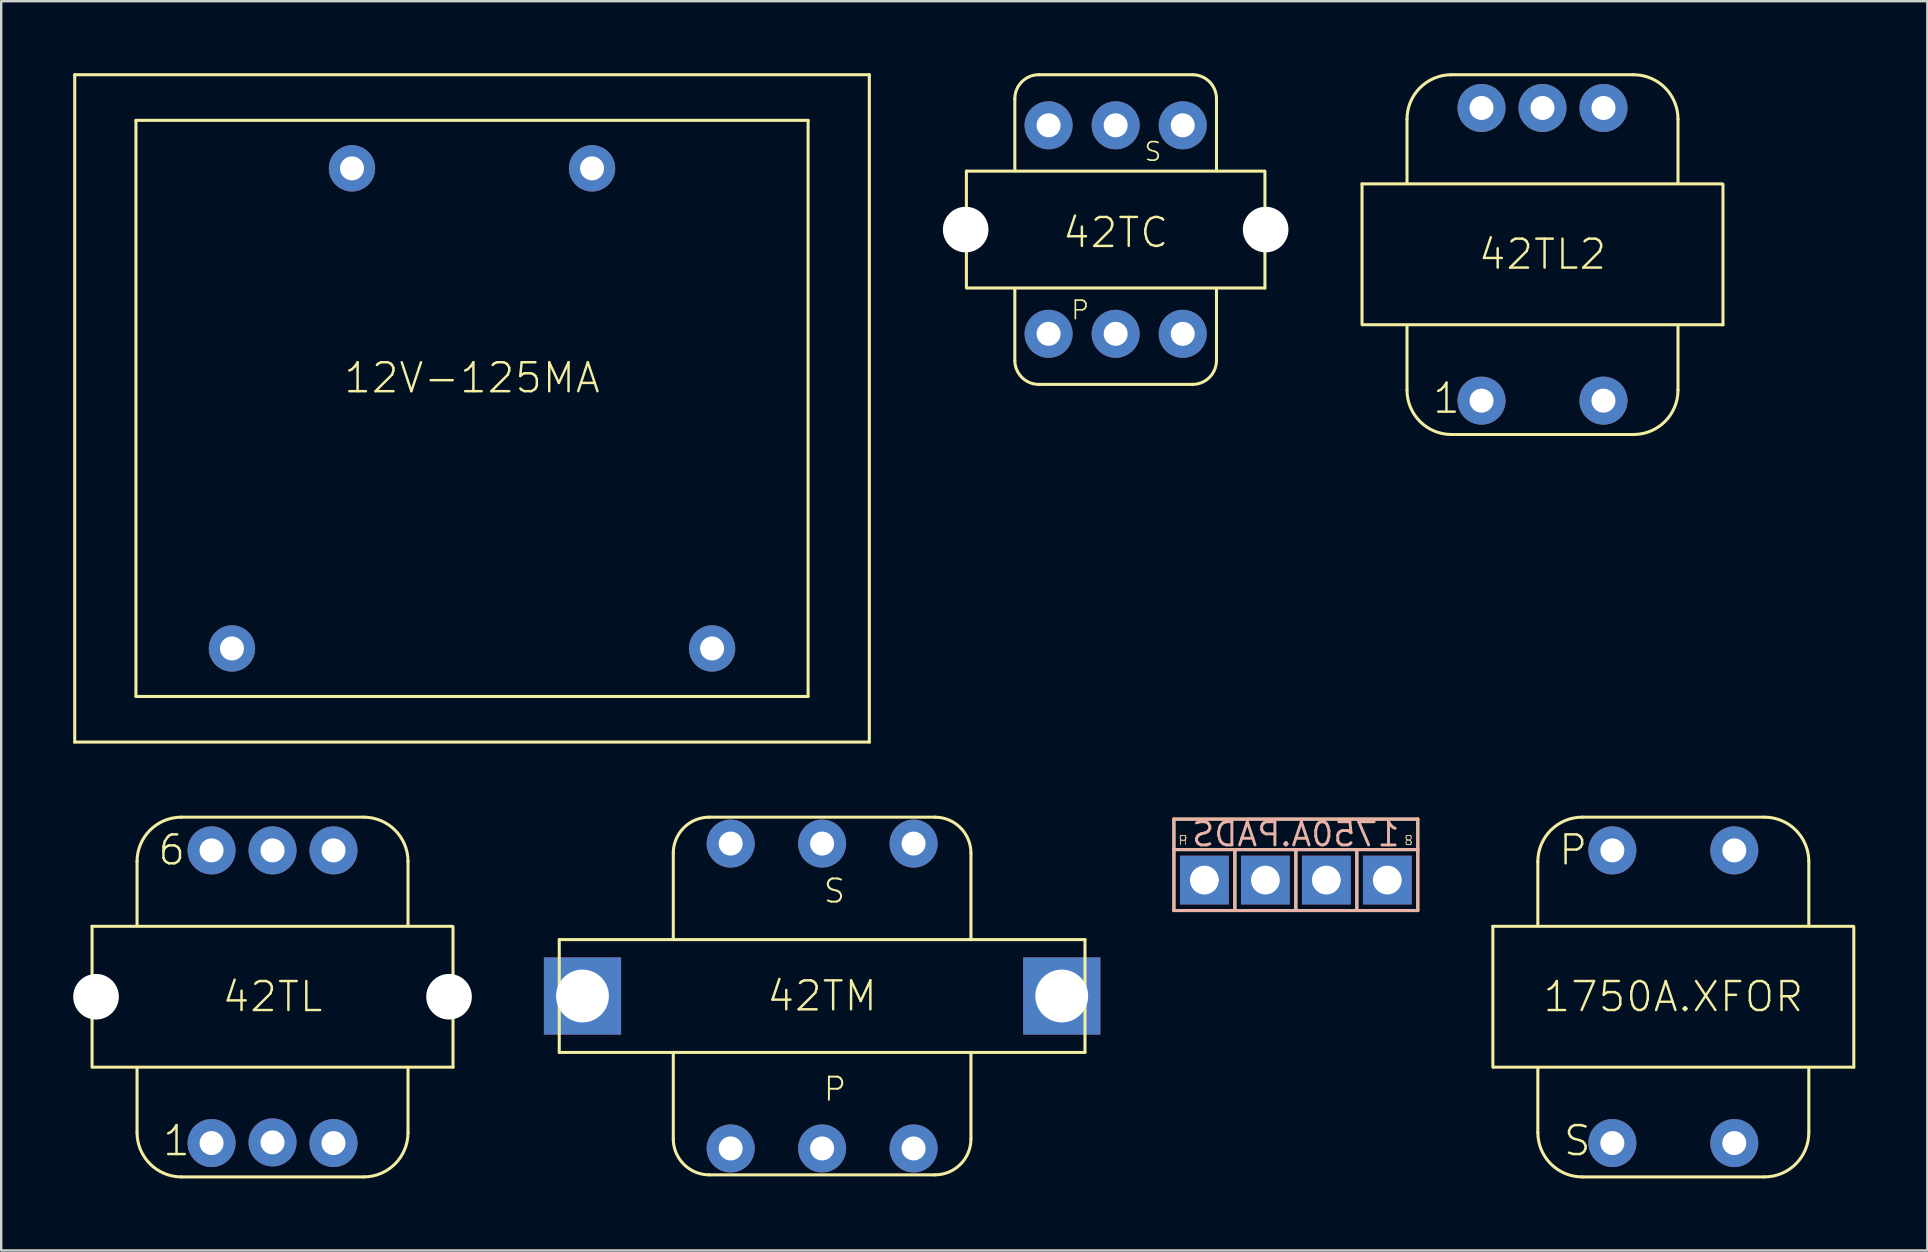
<source format=kicad_pcb>
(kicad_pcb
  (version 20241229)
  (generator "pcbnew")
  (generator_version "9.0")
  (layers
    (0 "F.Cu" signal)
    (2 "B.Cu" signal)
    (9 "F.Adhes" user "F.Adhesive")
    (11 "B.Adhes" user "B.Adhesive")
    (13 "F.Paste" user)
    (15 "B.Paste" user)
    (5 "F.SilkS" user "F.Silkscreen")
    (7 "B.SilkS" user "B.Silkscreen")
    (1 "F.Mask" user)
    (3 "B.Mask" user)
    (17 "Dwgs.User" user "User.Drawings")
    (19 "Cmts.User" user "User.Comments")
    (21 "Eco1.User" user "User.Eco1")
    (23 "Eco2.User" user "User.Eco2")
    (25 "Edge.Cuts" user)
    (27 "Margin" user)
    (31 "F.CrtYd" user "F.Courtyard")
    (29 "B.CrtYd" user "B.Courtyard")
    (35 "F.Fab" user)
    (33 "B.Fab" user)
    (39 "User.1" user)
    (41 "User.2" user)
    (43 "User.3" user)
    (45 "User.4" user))
  (footprint "1750A.XFOR"
    (layer "F.Cu")
    (at 66.656 38.471)
    (property "Reference" "1750A.XFOR" (at 0 0 0) (layer "F.SilkS") (effects (font (size 1.206 1.206) (thickness 0.102))))
    (attr through_hole)
    (fp_line (start -7.518 2.931) (end -7.518 -2.934) (stroke (width 0.127) (type solid)) (layer "F.SilkS"))
    (fp_line (start -7.493 2.934) (end 7.518 2.934) (stroke (width 0.127) (type solid)) (layer "F.SilkS"))
    (fp_line (start -5.644 -2.958) (end -5.644 -5.631) (stroke (width 0.127) (type solid)) (layer "F.SilkS"))
    (fp_line (start -5.644 5.657) (end -5.644 3.01) (stroke (width 0.127) (type solid)) (layer "F.SilkS"))
    (fp_line (start -3.795 7.506) (end 3.795 7.506) (stroke (width 0.127) (type solid)) (layer "F.SilkS"))
    (fp_line (start 3.795 -7.48) (end -3.795 -7.48) (stroke (width 0.127) (type solid)) (layer "F.SilkS"))
    (fp_line (start 5.644 -5.631) (end 5.644 -2.958) (stroke (width 0.127) (type solid)) (layer "F.SilkS"))
    (fp_line (start 5.644 5.657) (end 5.644 3.01) (stroke (width 0.127) (type solid)) (layer "F.SilkS"))
    (fp_line (start 7.493 -2.934) (end -7.518 -2.934) (stroke (width 0.127) (type solid)) (layer "F.SilkS"))
    (fp_line (start 7.518 -2.916) (end 7.518 2.934) (stroke (width 0.127) (type solid)) (layer "F.SilkS"))
    (fp_arc (start -5.6439 -5.6312) (mid -5.102311 -6.938711) (end -3.7948 -7.4803) (stroke (width 0.127) (type solid)) (layer "F.SilkS"))
    (fp_arc (start -3.7947 7.5057) (mid -5.102211 6.964111) (end -5.6438 5.6566) (stroke (width 0.127) (type solid)) (layer "F.SilkS"))
    (fp_arc (start 3.794798 -7.4803) (mid 5.102339 -6.938741) (end 5.6439 -5.6312) (stroke (width 0.127) (type solid)) (layer "F.SilkS"))
    (fp_arc (start 5.6439 5.6566) (mid 5.102311 6.964111) (end 3.7948 7.5057) (stroke (width 0.127) (type solid)) (layer "F.SilkS"))
    (fp_text user "S" (at -4.642 6.706 0) (layer "F.SilkS") (effects (font (size 1.206 1.206) (thickness 0.102)) (justify left bottom)))
    (fp_text user "P" (at -4.842 -5.405 0) (layer "F.SilkS") (effects (font (size 1.206 1.206) (thickness 0.102)) (justify left bottom)))
    (pad "P1" thru_hole oval (at -2.54 -6.096) (size 2 2) (drill 1) (layers "*.Cu" "*.Mask"))
    (pad "P2" thru_hole oval (at 2.54 -6.096) (size 2 2) (drill 1) (layers "*.Cu" "*.Mask"))
    (pad "S1" thru_hole oval (at -2.54 6.096) (size 2 2) (drill 1) (layers "*.Cu" "*.Mask"))
    (pad "S2" thru_hole oval (at 2.54 6.096) (size 2 2) (drill 1) (layers "*.Cu" "*.Mask")))
  (footprint "42TC"
    (layer "F.Cu")
    (at 43.425 6.513)
    (property "Reference" "42TC" (at 0 0.127 0) (layer "F.SilkS") (effects (font (size 1.206 1.206) (thickness 0.102))))
    (attr through_hole)
    (fp_line (start -6.218 2.431) (end -6.218 -2.434) (stroke (width 0.127) (type solid)) (layer "F.SilkS"))
    (fp_line (start -6.193 2.434) (end 6.218 2.434) (stroke (width 0.127) (type solid)) (layer "F.SilkS"))
    (fp_line (start -4.2 -5.45) (end -4.2 -2.45) (stroke (width 0.127) (type solid)) (layer "F.SilkS"))
    (fp_line (start -4.2 2.45) (end -4.2 5.45) (stroke (width 0.127) (type solid)) (layer "F.SilkS"))
    (fp_line (start -3.2 6.45) (end 3.2 6.45) (stroke (width 0.127) (type solid)) (layer "F.SilkS"))
    (fp_line (start 3.2 -6.45) (end -3.2 -6.45) (stroke (width 0.127) (type solid)) (layer "F.SilkS"))
    (fp_line (start 4.2 -2.45) (end 4.2 -5.45) (stroke (width 0.127) (type solid)) (layer "F.SilkS"))
    (fp_line (start 4.2 2.45) (end 4.2 5.45) (stroke (width 0.127) (type solid)) (layer "F.SilkS"))
    (fp_line (start 6.193 -2.434) (end -6.218 -2.434) (stroke (width 0.127) (type solid)) (layer "F.SilkS"))
    (fp_line (start 6.218 -2.431) (end 6.218 2.434) (stroke (width 0.127) (type solid)) (layer "F.SilkS"))
    (fp_arc (start -4.2 -5.45) (mid -3.907107 -6.157107) (end -3.2 -6.45) (stroke (width 0.127) (type solid)) (layer "F.SilkS"))
    (fp_arc (start -3.2 6.45) (mid -3.907107 6.157107) (end -4.2 5.45) (stroke (width 0.127) (type solid)) (layer "F.SilkS"))
    (fp_arc (start 3.2 -6.45) (mid 3.907107 -6.157107) (end 4.2 -5.45) (stroke (width 0.127) (type solid)) (layer "F.SilkS"))
    (fp_arc (start 4.2 5.45) (mid 3.907107 6.157107) (end 3.2 6.45) (stroke (width 0.127) (type solid)) (layer "F.SilkS"))
    (fp_text user "S" (at 1.143 -2.794 0) (layer "F.SilkS") (effects (font (size 0.772 0.772) (thickness 0.065)) (justify left bottom)))
    (fp_text user "P" (at -1.905 3.81 0) (layer "F.SilkS") (effects (font (size 0.772 0.772) (thickness 0.065)) (justify left bottom)))
    (pad "" np_thru_hole oval (at -6.248 0) (size 1.9 1.9) (drill 1.9) (layers "*.Cu"))
    (pad "" np_thru_hole oval (at 6.248 0) (size 1.9 1.9) (drill 1.9) (layers "*.Cu"))
    (pad "1" thru_hole oval (at -2.794 4.343) (size 2 2) (drill 1) (layers "*.Cu" "*.Mask"))
    (pad "2" thru_hole oval (at 0 4.343) (size 2 2) (drill 1) (layers "*.Cu" "*.Mask"))
    (pad "3" thru_hole oval (at 2.794 4.343) (size 2 2) (drill 1) (layers "*.Cu" "*.Mask"))
    (pad "4" thru_hole oval (at 2.794 -4.343 180) (size 2 2) (drill 1) (layers "*.Cu" "*.Mask"))
    (pad "5" thru_hole oval (at 0 -4.343 180) (size 2 2) (drill 1) (layers "*.Cu" "*.Mask"))
    (pad "6" thru_hole oval (at -2.794 -4.343 180) (size 2 2) (drill 1) (layers "*.Cu" "*.Mask")))
  (footprint "42TM"
    (layer "F.Cu")
    (at 31.197 38.441)
    (property "Reference" "42TM" (at 0 0 0) (layer "F.SilkS") (effects (font (size 1.206 1.206) (thickness 0.102))))
    (attr through_hole)
    (fp_line (start -10.95 -2.35) (end -10.95 2.35) (stroke (width 0.127) (type solid)) (layer "F.SilkS"))
    (fp_line (start -10.95 -2.35) (end -6.2 -2.35) (stroke (width 0.127) (type solid)) (layer "F.SilkS"))
    (fp_line (start -6.2 -2.35) (end -6.2 -5.95) (stroke (width 0.127) (type solid)) (layer "F.SilkS"))
    (fp_line (start -6.2 -2.35) (end 6.2 -2.35) (stroke (width 0.127) (type solid)) (layer "F.SilkS"))
    (fp_line (start -6.2 2.35) (end -10.95 2.35) (stroke (width 0.127) (type solid)) (layer "F.SilkS"))
    (fp_line (start -6.2 5.95) (end -6.2 2.35) (stroke (width 0.127) (type solid)) (layer "F.SilkS"))
    (fp_line (start -4.7 -7.45) (end 4.7 -7.45) (stroke (width 0.127) (type solid)) (layer "F.SilkS"))
    (fp_line (start 4.7 7.45) (end -4.7 7.45) (stroke (width 0.127) (type solid)) (layer "F.SilkS"))
    (fp_line (start 6.2 -5.95) (end 6.2 -2.35) (stroke (width 0.127) (type solid)) (layer "F.SilkS"))
    (fp_line (start 6.2 -2.35) (end 10.95 -2.35) (stroke (width 0.127) (type solid)) (layer "F.SilkS"))
    (fp_line (start 6.2 2.35) (end -6.2 2.35) (stroke (width 0.127) (type solid)) (layer "F.SilkS"))
    (fp_line (start 6.2 2.35) (end 6.2 5.95) (stroke (width 0.127) (type solid)) (layer "F.SilkS"))
    (fp_line (start 10.95 2.35) (end 6.2 2.35) (stroke (width 0.127) (type solid)) (layer "F.SilkS"))
    (fp_line (start 10.95 2.35) (end 10.95 -2.35) (stroke (width 0.127) (type solid)) (layer "F.SilkS"))
    (fp_arc (start -6.2 -5.95) (mid -5.76066 -7.01066) (end -4.7 -7.45) (stroke (width 0.127) (type solid)) (layer "F.SilkS"))
    (fp_arc (start -4.7 7.45) (mid -5.76066 7.01066) (end -6.2 5.95) (stroke (width 0.127) (type solid)) (layer "F.SilkS"))
    (fp_arc (start 4.7 -7.45) (mid 5.76066 -7.01066) (end 6.2 -5.95) (stroke (width 0.127) (type solid)) (layer "F.SilkS"))
    (fp_arc (start 6.2 5.95) (mid 5.76066 7.01066) (end 4.7 7.45) (stroke (width 0.127) (type solid)) (layer "F.SilkS"))
    (fp_text user "P" (at 0 4.445 0) (layer "F.SilkS") (effects (font (size 0.965 0.965) (thickness 0.081)) (justify left bottom)))
    (fp_text user "S" (at 0 -3.81 0) (layer "F.SilkS") (effects (font (size 0.965 0.965) (thickness 0.081)) (justify left bottom)))
    (pad "1" thru_hole oval (at -3.81 6.35) (size 2 2) (drill 1) (layers "*.Cu" "*.Mask"))
    (pad "2" thru_hole oval (at 0 6.35) (size 2 2) (drill 1) (layers "*.Cu" "*.Mask"))
    (pad "3" thru_hole oval (at 3.81 6.35) (size 2 2) (drill 1) (layers "*.Cu" "*.Mask"))
    (pad "4" thru_hole oval (at 3.81 -6.35 180) (size 2 2) (drill 1) (layers "*.Cu" "*.Mask"))
    (pad "5" thru_hole oval (at 0 -6.35 180) (size 2 2) (drill 1) (layers "*.Cu" "*.Mask"))
    (pad "6" thru_hole oval (at -3.81 -6.35 180) (size 2 2) (drill 1) (layers "*.Cu" "*.Mask"))
    (pad "P$1" thru_hole rect (at -9.982 0) (size 3.216 3.216) (drill 2.2) (layers "*.Cu" "*.Mask"))
    (pad "P$2" thru_hole rect (at 9.982 0) (size 3.216 3.216) (drill 2.2) (layers "*.Cu" "*.Mask")))
  (footprint "1750A.PADS"
    (layer "F.Cu")
    (at 50.931 33.611)
    (property "Reference" "1750A.PADS" (at 0 -1.905 0) (layer "B.SilkS") (effects (font (size 0.965 0.965) (thickness 0.122)) (justify mirror)))
    (attr through_hole)
    (fp_line (start -5.08 -2.54) (end -5.08 -1.27) (stroke (width 0.127) (type solid)) (layer "F.SilkS"))
    (fp_line (start -5.08 -2.54) (end 5.08 -2.54) (stroke (width 0.127) (type solid)) (layer "F.SilkS"))
    (fp_line (start -5.08 -1.27) (end -2.54 -1.27) (stroke (width 0.127) (type solid)) (layer "F.SilkS"))
    (fp_line (start -5.08 1.27) (end -5.08 -1.27) (stroke (width 0.127) (type solid)) (layer "F.SilkS"))
    (fp_line (start -2.54 -1.27) (end -2.54 1.27) (stroke (width 0.127) (type solid)) (layer "F.SilkS"))
    (fp_line (start -2.54 -1.27) (end 0 -1.27) (stroke (width 0.127) (type solid)) (layer "F.SilkS"))
    (fp_line (start -2.54 1.27) (end -5.08 1.27) (stroke (width 0.127) (type solid)) (layer "F.SilkS"))
    (fp_line (start 0 -1.27) (end 0 1.27) (stroke (width 0.127) (type solid)) (layer "F.SilkS"))
    (fp_line (start 0 -1.27) (end 2.54 -1.27) (stroke (width 0.127) (type solid)) (layer "F.SilkS"))
    (fp_line (start 0 1.27) (end -2.54 1.27) (stroke (width 0.127) (type solid)) (layer "F.SilkS"))
    (fp_line (start 2.54 -1.27) (end 2.54 1.27) (stroke (width 0.127) (type solid)) (layer "F.SilkS"))
    (fp_line (start 2.54 -1.27) (end 5.08 -1.27) (stroke (width 0.127) (type solid)) (layer "F.SilkS"))
    (fp_line (start 2.54 1.27) (end 0 1.27) (stroke (width 0.127) (type solid)) (layer "F.SilkS"))
    (fp_line (start 5.08 -2.54) (end 5.08 -1.27) (stroke (width 0.127) (type solid)) (layer "F.SilkS"))
    (fp_line (start 5.08 -1.27) (end 5.08 1.27) (stroke (width 0.127) (type solid)) (layer "F.SilkS"))
    (fp_line (start 5.08 1.27) (end 2.54 1.27) (stroke (width 0.127) (type solid)) (layer "F.SilkS"))
    (fp_line (start -5.08 -2.54) (end -5.08 -1.27) (stroke (width 0.127) (type solid)) (layer "B.SilkS"))
    (fp_line (start -5.08 -1.27) (end -5.08 1.27) (stroke (width 0.127) (type solid)) (layer "B.SilkS"))
    (fp_line (start -5.08 1.27) (end -2.54 1.27) (stroke (width 0.127) (type solid)) (layer "B.SilkS"))
    (fp_line (start -2.54 -1.27) (end -5.08 -1.27) (stroke (width 0.127) (type solid)) (layer "B.SilkS"))
    (fp_line (start -2.54 -1.27) (end -2.54 1.27) (stroke (width 0.127) (type solid)) (layer "B.SilkS"))
    (fp_line (start -2.54 1.27) (end 0 1.27) (stroke (width 0.127) (type solid)) (layer "B.SilkS"))
    (fp_line (start 0 -1.27) (end -2.54 -1.27) (stroke (width 0.127) (type solid)) (layer "B.SilkS"))
    (fp_line (start 0 -1.27) (end 0 1.27) (stroke (width 0.127) (type solid)) (layer "B.SilkS"))
    (fp_line (start 0 1.27) (end 2.54 1.27) (stroke (width 0.127) (type solid)) (layer "B.SilkS"))
    (fp_line (start 2.54 -1.27) (end 0 -1.27) (stroke (width 0.127) (type solid)) (layer "B.SilkS"))
    (fp_line (start 2.54 -1.27) (end 2.54 1.27) (stroke (width 0.127) (type solid)) (layer "B.SilkS"))
    (fp_line (start 2.54 1.27) (end 5.08 1.27) (stroke (width 0.127) (type solid)) (layer "B.SilkS"))
    (fp_line (start 5.08 -2.54) (end -5.08 -2.54) (stroke (width 0.127) (type solid)) (layer "B.SilkS"))
    (fp_line (start 5.08 -2.54) (end 5.08 -1.27) (stroke (width 0.127) (type solid)) (layer "B.SilkS"))
    (fp_line (start 5.08 -1.27) (end 2.54 -1.27) (stroke (width 0.127) (type solid)) (layer "B.SilkS"))
    (fp_line (start 5.08 1.27) (end 5.08 -1.27) (stroke (width 0.127) (type solid)) (layer "B.SilkS"))
    (fp_text user "S" (at 4.699 -1.651 0) (layer "F.SilkS") (effects (font (size 0.386 0.386) (thickness 0.033))))
    (fp_text user "P" (at -4.699 -1.651 0) (layer "F.SilkS") (effects (font (size 0.386 0.386) (thickness 0.033))))
    (fp_text user "S" (at 4.699 -1.651 0) (layer "B.SilkS") (effects (font (size 0.386 0.386) (thickness 0.033)) (justify mirror)))
    (fp_text user "P" (at -4.699 -1.651 0) (layer "B.SilkS") (effects (font (size 0.386 0.386) (thickness 0.033)) (justify mirror)))
    (pad "P1" thru_hole rect (at -3.81 0) (size 2.032 2.032) (drill 1.2) (layers "*.Cu" "*.Mask"))
    (pad "P2" thru_hole rect (at -1.27 0) (size 2.032 2.032) (drill 1.2) (layers "*.Cu" "*.Mask"))
    (pad "S3" thru_hole rect (at 1.27 0) (size 2.032 2.032) (drill 1.2) (layers "*.Cu" "*.Mask"))
    (pad "S4" thru_hole rect (at 3.81 0) (size 2.032 2.032) (drill 1.2) (layers "*.Cu" "*.Mask")))
  (footprint "12V-125MA"
    (layer "F.Cu")
    (at 16.613 13.963)
    (property "Reference" "12V-125MA" (at 0 -1.27 0) (layer "F.SilkS") (effects (font (size 1.206 1.206) (thickness 0.102))))
    (attr through_hole)
    (fp_line (start -16.55 -13.9) (end 16.55 -13.9) (stroke (width 0.127) (type solid)) (layer "F.SilkS"))
    (fp_line (start -16.55 13.9) (end -16.55 -13.9) (stroke (width 0.127) (type solid)) (layer "F.SilkS"))
    (fp_line (start -14 -12) (end 14 -12) (stroke (width 0.127) (type solid)) (layer "F.SilkS"))
    (fp_line (start -14 12) (end -14 -12) (stroke (width 0.127) (type solid)) (layer "F.SilkS"))
    (fp_line (start 14 -12) (end 14 12) (stroke (width 0.127) (type solid)) (layer "F.SilkS"))
    (fp_line (start 14 12) (end -14 12) (stroke (width 0.127) (type solid)) (layer "F.SilkS"))
    (fp_line (start 16.55 13.9) (end -16.55 13.9) (stroke (width 0.127) (type solid)) (layer "F.SilkS"))
    (fp_line (start 16.55 13.9) (end 16.55 -13.9) (stroke (width 0.127) (type solid)) (layer "F.SilkS"))
    (pad "1" thru_hole oval (at 10 10 180) (size 1.93 1.93) (drill 1) (layers "*.Cu" "*.Mask"))
    (pad "5" thru_hole oval (at -10 10 180) (size 1.93 1.93) (drill 1) (layers "*.Cu" "*.Mask"))
    (pad "7" thru_hole oval (at -5 -10 180) (size 1.93 1.93) (drill 1) (layers "*.Cu" "*.Mask"))
    (pad "9" thru_hole oval (at 5 -10 180) (size 1.93 1.93) (drill 1) (layers "*.Cu" "*.Mask")))
  (footprint "42TL2"
    (layer "F.Cu")
    (at 61.206 7.544)
    (property "Reference" "42TL2" (at 0 0 0) (layer "F.SilkS") (effects (font (size 1.206 1.206) (thickness 0.102))))
    (attr through_hole)
    (fp_line (start -7.518 2.931) (end -7.518 -2.934) (stroke (width 0.127) (type solid)) (layer "F.SilkS"))
    (fp_line (start -7.493 2.934) (end 7.518 2.934) (stroke (width 0.127) (type solid)) (layer "F.SilkS"))
    (fp_line (start -5.644 -2.958) (end -5.644 -5.631) (stroke (width 0.127) (type solid)) (layer "F.SilkS"))
    (fp_line (start -5.644 5.657) (end -5.644 3.01) (stroke (width 0.127) (type solid)) (layer "F.SilkS"))
    (fp_line (start -3.795 7.506) (end 3.795 7.506) (stroke (width 0.127) (type solid)) (layer "F.SilkS"))
    (fp_line (start 3.795 -7.48) (end -3.795 -7.48) (stroke (width 0.127) (type solid)) (layer "F.SilkS"))
    (fp_line (start 5.644 -5.631) (end 5.644 -2.958) (stroke (width 0.127) (type solid)) (layer "F.SilkS"))
    (fp_line (start 5.644 5.657) (end 5.644 3.01) (stroke (width 0.127) (type solid)) (layer "F.SilkS"))
    (fp_line (start 7.493 -2.934) (end -7.518 -2.934) (stroke (width 0.127) (type solid)) (layer "F.SilkS"))
    (fp_line (start 7.518 -2.916) (end 7.518 2.934) (stroke (width 0.127) (type solid)) (layer "F.SilkS"))
    (fp_arc (start -5.6439 -5.6312) (mid -5.102311 -6.938711) (end -3.7948 -7.4803) (stroke (width 0.127) (type solid)) (layer "F.SilkS"))
    (fp_arc (start -3.7947 7.5057) (mid -5.102211 6.964111) (end -5.6438 5.6566) (stroke (width 0.127) (type solid)) (layer "F.SilkS"))
    (fp_arc (start 3.794798 -7.4803) (mid 5.102339 -6.938741) (end 5.6439 -5.6312) (stroke (width 0.127) (type solid)) (layer "F.SilkS"))
    (fp_arc (start 5.6439 5.6566) (mid 5.102311 6.964111) (end 3.7948 7.5057) (stroke (width 0.127) (type solid)) (layer "F.SilkS"))
    (fp_text user "1" (at -4.642 6.706 0) (layer "F.SilkS") (effects (font (size 1.206 1.206) (thickness 0.102)) (justify left bottom)))
    (pad "1" thru_hole oval (at -2.54 6.096) (size 2 2) (drill 1) (layers "*.Cu" "*.Mask"))
    (pad "2" thru_hole oval (at 2.54 6.096) (size 2 2) (drill 1) (layers "*.Cu" "*.Mask"))
    (pad "3" thru_hole oval (at 2.54 -6.096) (size 2 2) (drill 1) (layers "*.Cu" "*.Mask"))
    (pad "4" thru_hole oval (at 0 -6.096) (size 2 2) (drill 1) (layers "*.Cu" "*.Mask"))
    (pad "5" thru_hole oval (at -2.54 -6.096) (size 2 2) (drill 1) (layers "*.Cu" "*.Mask")))
  (footprint "42TL"
    (layer "F.Cu")
    (at 8.303 38.471)
    (property "Reference" "42TL" (at 0 0 0) (layer "F.SilkS") (effects (font (size 1.206 1.206) (thickness 0.102))))
    (attr through_hole)
    (fp_line (start -7.518 2.931) (end -7.518 -2.934) (stroke (width 0.127) (type solid)) (layer "F.SilkS"))
    (fp_line (start -7.493 2.934) (end 7.518 2.934) (stroke (width 0.127) (type solid)) (layer "F.SilkS"))
    (fp_line (start -5.644 -2.958) (end -5.644 -5.631) (stroke (width 0.127) (type solid)) (layer "F.SilkS"))
    (fp_line (start -5.644 5.657) (end -5.644 3.01) (stroke (width 0.127) (type solid)) (layer "F.SilkS"))
    (fp_line (start -3.795 7.506) (end 3.795 7.506) (stroke (width 0.127) (type solid)) (layer "F.SilkS"))
    (fp_line (start 3.795 -7.48) (end -3.795 -7.48) (stroke (width 0.127) (type solid)) (layer "F.SilkS"))
    (fp_line (start 5.644 -5.631) (end 5.644 -2.958) (stroke (width 0.127) (type solid)) (layer "F.SilkS"))
    (fp_line (start 5.644 5.657) (end 5.644 3.01) (stroke (width 0.127) (type solid)) (layer "F.SilkS"))
    (fp_line (start 7.493 -2.934) (end -7.518 -2.934) (stroke (width 0.127) (type solid)) (layer "F.SilkS"))
    (fp_line (start 7.518 -2.916) (end 7.518 2.934) (stroke (width 0.127) (type solid)) (layer "F.SilkS"))
    (fp_arc (start -5.6439 -5.6312) (mid -5.102311 -6.938711) (end -3.7948 -7.4803) (stroke (width 0.127) (type solid)) (layer "F.SilkS"))
    (fp_arc (start -3.7947 7.5057) (mid -5.102211 6.964111) (end -5.6438 5.6566) (stroke (width 0.127) (type solid)) (layer "F.SilkS"))
    (fp_arc (start 3.794798 -7.4803) (mid 5.102339 -6.938741) (end 5.6439 -5.6312) (stroke (width 0.127) (type solid)) (layer "F.SilkS"))
    (fp_arc (start 5.6439 5.6566) (mid 5.102311 6.964111) (end 3.7948 7.5057) (stroke (width 0.127) (type solid)) (layer "F.SilkS"))
    (fp_text user "1" (at -4.642 6.706 0) (layer "F.SilkS") (effects (font (size 1.206 1.206) (thickness 0.102)) (justify left bottom)))
    (fp_text user "6" (at -4.842 -5.405 0) (layer "F.SilkS") (effects (font (size 1.206 1.206) (thickness 0.102)) (justify left bottom)))
    (pad "" np_thru_hole oval (at -7.353 0) (size 1.9 1.9) (drill 1.9) (layers "*.Cu"))
    (pad "" np_thru_hole oval (at 7.353 0) (size 1.9 1.9) (drill 1.9) (layers "*.Cu"))
    (pad "1" thru_hole oval (at -2.54 6.096) (size 2 2) (drill 1) (layers "*.Cu" "*.Mask"))
    (pad "2" thru_hole oval (at 0 6.068) (size 2 2) (drill 1) (layers "*.Cu" "*.Mask"))
    (pad "3" thru_hole oval (at 2.54 6.096) (size 2 2) (drill 1) (layers "*.Cu" "*.Mask"))
    (pad "4" thru_hole oval (at 2.54 -6.096) (size 2 2) (drill 1) (layers "*.Cu" "*.Mask"))
    (pad "5" thru_hole oval (at 0 -6.096) (size 2 2) (drill 1) (layers "*.Cu" "*.Mask"))
    (pad "6" thru_hole oval (at -2.54 -6.096) (size 2 2) (drill 1) (layers "*.Cu" "*.Mask")))
  (gr_rect
    (start -3 -3)
    (end 77.238 49.04)
    (stroke (width 0.1) (type default))
    (fill no)
    (layer "Edge.Cuts")))
</source>
